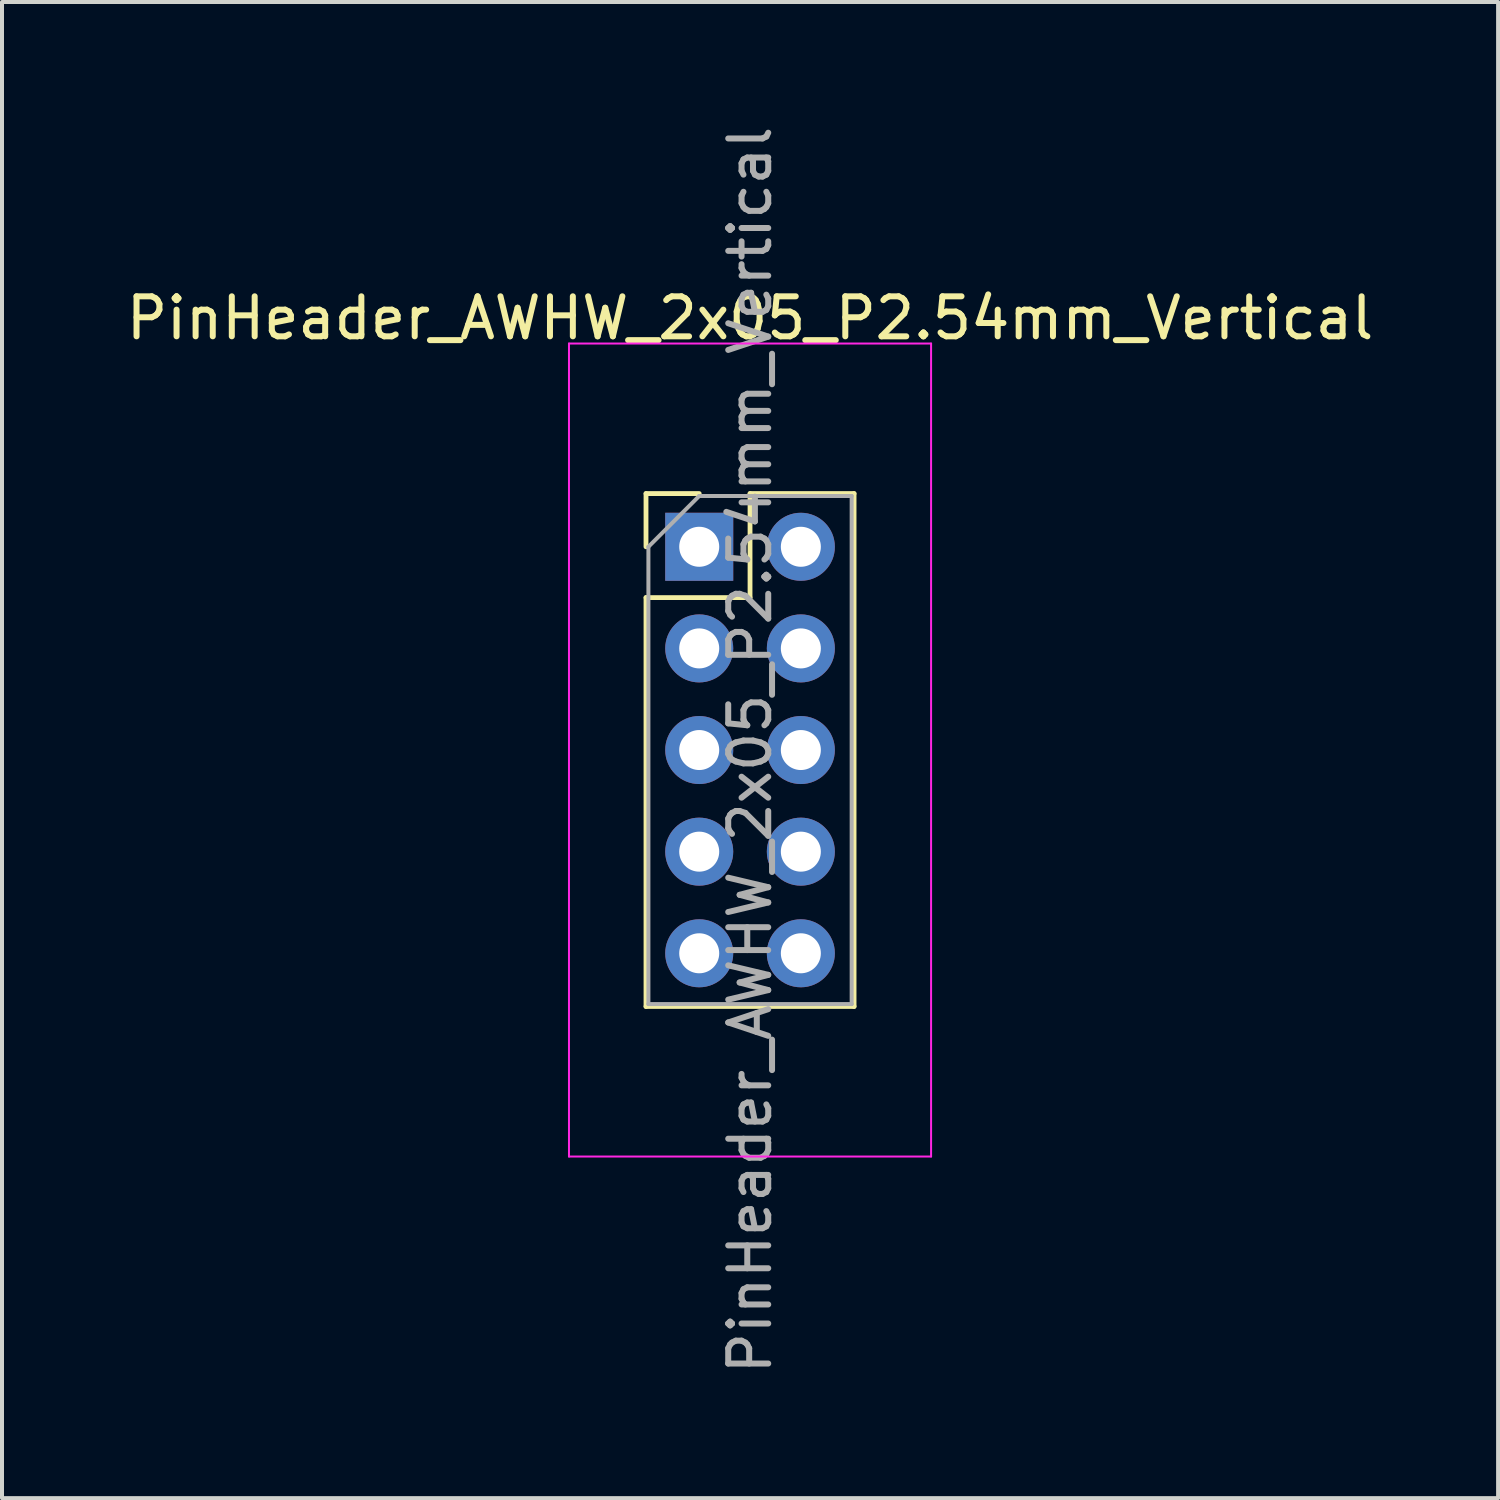
<source format=kicad_pcb>
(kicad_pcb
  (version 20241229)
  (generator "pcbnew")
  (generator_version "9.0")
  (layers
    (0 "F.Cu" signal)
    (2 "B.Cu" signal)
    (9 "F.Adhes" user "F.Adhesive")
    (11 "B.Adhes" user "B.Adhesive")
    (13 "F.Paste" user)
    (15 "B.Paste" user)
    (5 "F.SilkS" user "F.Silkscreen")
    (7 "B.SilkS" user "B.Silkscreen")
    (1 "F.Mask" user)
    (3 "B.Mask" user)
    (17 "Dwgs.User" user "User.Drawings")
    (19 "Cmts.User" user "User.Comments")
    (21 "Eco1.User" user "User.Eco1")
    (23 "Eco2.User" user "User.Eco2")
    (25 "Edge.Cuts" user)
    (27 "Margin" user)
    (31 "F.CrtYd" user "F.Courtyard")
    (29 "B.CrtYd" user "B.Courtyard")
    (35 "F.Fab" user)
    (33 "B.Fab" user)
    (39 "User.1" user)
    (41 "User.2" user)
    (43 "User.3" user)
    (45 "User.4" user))
  (footprint "PinHeader_AWHW_2x05_P2.54mm_Vertical"
    (layer "F.Cu")
    (at 14.426 10.616)
    (property "Reference" "PinHeader_AWHW_2x05_P2.54mm_Vertical" (at 1.27 -5.715 0) (layer "F.SilkS") (effects (font (size 1 1) (thickness 0.15))))
    (attr through_hole)
    (fp_line (start -1.33 -1.33) (end 0 -1.33) (stroke (width 0.12) (type solid)) (layer "F.SilkS"))
    (fp_line (start -1.33 0) (end -1.33 -1.33) (stroke (width 0.12) (type solid)) (layer "F.SilkS"))
    (fp_line (start -1.33 1.27) (end -1.33 11.49) (stroke (width 0.12) (type solid)) (layer "F.SilkS"))
    (fp_line (start -1.33 1.27) (end 1.27 1.27) (stroke (width 0.12) (type solid)) (layer "F.SilkS"))
    (fp_line (start -1.33 11.49) (end 3.87 11.49) (stroke (width 0.12) (type solid)) (layer "F.SilkS"))
    (fp_line (start 1.27 -1.33) (end 3.87 -1.33) (stroke (width 0.12) (type solid)) (layer "F.SilkS"))
    (fp_line (start 1.27 1.27) (end 1.27 -1.33) (stroke (width 0.12) (type solid)) (layer "F.SilkS"))
    (fp_line (start 3.87 -1.33) (end 3.87 11.49) (stroke (width 0.12) (type solid)) (layer "F.SilkS"))
    (fp_line (start -3.255 -5.08) (end -3.255 15.24) (stroke (width 0.05) (type solid)) (layer "F.CrtYd"))
    (fp_line (start -3.255 15.24) (end 5.795 15.24) (stroke (width 0.05) (type solid)) (layer "F.CrtYd"))
    (fp_line (start 5.795 -5.08) (end -3.255 -5.08) (stroke (width 0.05) (type solid)) (layer "F.CrtYd"))
    (fp_line (start 5.795 15.24) (end 5.795 -5.08) (stroke (width 0.05) (type solid)) (layer "F.CrtYd"))
    (fp_line (start -1.27 0) (end 0 -1.27) (stroke (width 0.1) (type solid)) (layer "F.Fab"))
    (fp_line (start -1.27 11.43) (end -1.27 0) (stroke (width 0.1) (type solid)) (layer "F.Fab"))
    (fp_line (start 0 -1.27) (end 3.81 -1.27) (stroke (width 0.1) (type solid)) (layer "F.Fab"))
    (fp_line (start 3.81 -1.27) (end 3.81 11.43) (stroke (width 0.1) (type solid)) (layer "F.Fab"))
    (fp_line (start 3.81 11.43) (end -1.27 11.43) (stroke (width 0.1) (type solid)) (layer "F.Fab"))
    (fp_text user "${REFERENCE}" (at 1.27 5.08 90) (layer "F.Fab") (effects (font (size 1 1) (thickness 0.15))))
    (pad "1" thru_hole rect (at 0 0) (size 1.7 1.7) (drill 1) (layers "*.Cu" "*.Mask"))
    (pad "2" thru_hole oval (at 2.54 0) (size 1.7 1.7) (drill 1) (layers "*.Cu" "*.Mask"))
    (pad "3" thru_hole oval (at 0 2.54) (size 1.7 1.7) (drill 1) (layers "*.Cu" "*.Mask"))
    (pad "4" thru_hole oval (at 2.54 2.54) (size 1.7 1.7) (drill 1) (layers "*.Cu" "*.Mask"))
    (pad "5" thru_hole oval (at 0 5.08) (size 1.7 1.7) (drill 1) (layers "*.Cu" "*.Mask"))
    (pad "6" thru_hole oval (at 2.54 5.08) (size 1.7 1.7) (drill 1) (layers "*.Cu" "*.Mask"))
    (pad "7" thru_hole oval (at 0 7.62) (size 1.7 1.7) (drill 1) (layers "*.Cu" "*.Mask"))
    (pad "8" thru_hole oval (at 2.54 7.62) (size 1.7 1.7) (drill 1) (layers "*.Cu" "*.Mask"))
    (pad "9" thru_hole oval (at 0 10.16) (size 1.7 1.7) (drill 1) (layers "*.Cu" "*.Mask"))
    (pad "10" thru_hole oval (at 2.54 10.16) (size 1.7 1.7) (drill 1) (layers "*.Cu" "*.Mask")))
  (gr_rect
    (start -3 -3)
    (end 34.393 34.393)
    (stroke (width 0.1) (type default))
    (fill no)
    (layer "Edge.Cuts")))
</source>
